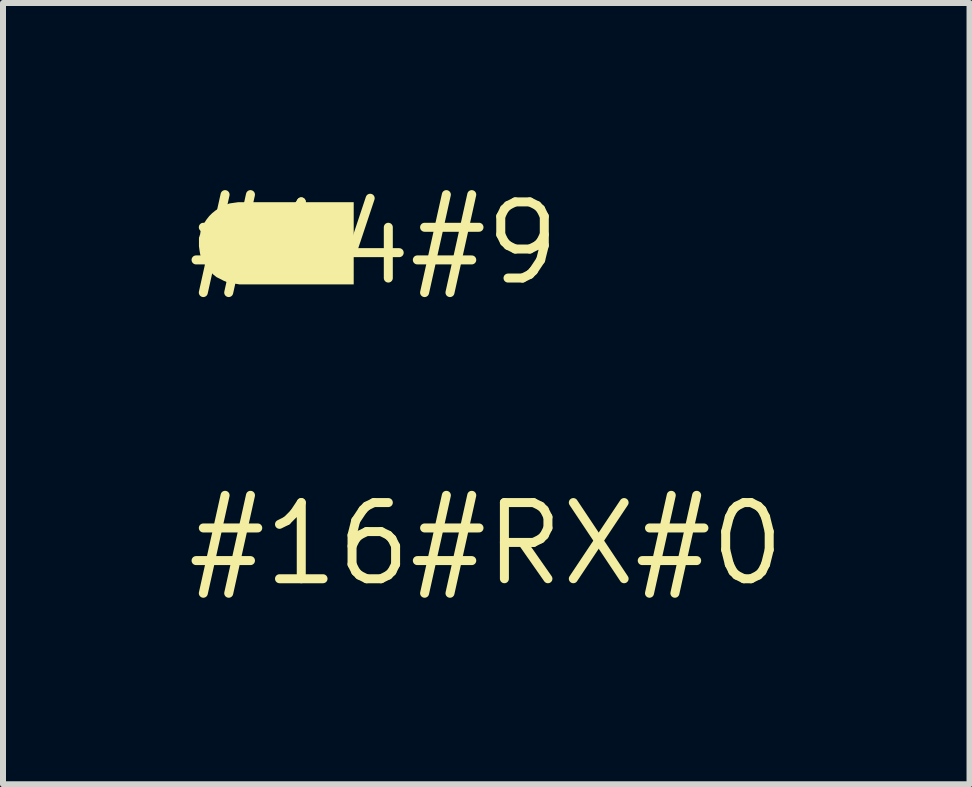
<source format=kicad_pcb>
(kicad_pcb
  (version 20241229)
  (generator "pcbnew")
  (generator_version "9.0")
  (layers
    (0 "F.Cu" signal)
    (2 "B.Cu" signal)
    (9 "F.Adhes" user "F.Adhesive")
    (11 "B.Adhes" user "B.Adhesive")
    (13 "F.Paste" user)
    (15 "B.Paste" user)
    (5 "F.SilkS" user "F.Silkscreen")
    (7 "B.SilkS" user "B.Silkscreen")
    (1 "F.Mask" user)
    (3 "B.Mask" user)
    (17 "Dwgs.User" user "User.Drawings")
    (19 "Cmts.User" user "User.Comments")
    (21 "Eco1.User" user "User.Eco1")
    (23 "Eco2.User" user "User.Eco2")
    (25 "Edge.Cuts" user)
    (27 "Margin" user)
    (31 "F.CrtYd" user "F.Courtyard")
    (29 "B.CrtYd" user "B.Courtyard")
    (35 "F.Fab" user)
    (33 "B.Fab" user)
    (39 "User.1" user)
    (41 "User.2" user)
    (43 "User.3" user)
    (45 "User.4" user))
  (footprint "#14#9"
    (layer "F.Cu")
    (at 3.182 1.006)
    (property "Reference" "#14#9" (at 0 0 0) (layer "F.SilkS") (effects (font (size 1.27 1.27) (thickness 0.15))))
    (fp_poly (pts (xy -0.335 0.685) (xy -2.238 0.685) (xy -2.239 0.685) (xy -2.24 0.685) (xy -2.244 0.685) (xy -2.243 0.685) (xy -2.301 0.675) (xy -2.371 0.665) (xy -2.431 0.655) (xy -2.502 0.625) (xy -2.562 0.594) (xy -2.623 0.564) (xy -2.673 0.524) (xy -2.724 0.474) (xy -2.774 0.423) (xy -2.804 0.373) (xy -2.844 0.313) (xy -2.875 0.252) (xy -2.895 0.181) (xy -2.905 0.121) (xy -2.915 0.05) (xy -2.915 -0.091) (xy -2.895 -0.151) (xy -2.885 -0.222) (xy -2.824 -0.343) (xy -2.784 -0.403) (xy -2.744 -0.453) (xy -2.693 -0.504) (xy -2.643 -0.544) (xy -2.583 -0.584) (xy -2.532 -0.614) (xy -2.462 -0.645) (xy -2.401 -0.665) (xy -2.331 -0.675) (xy -2.26 -0.685) (xy -0.335 -0.685)) (stroke (width 0) (type default)) (fill yes) (layer "F.SilkS")))
  (footprint "#16#RX#0"
    (layer "F.Cu")
    (at 5.057 6.019)
    (property "Reference" "#16#RX#0" (at 0 0 0) (layer "F.SilkS") (effects (font (size 1.27 1.27) (thickness 0.15))))
    (fp_poly (pts (xy 1.644 0.257) (xy 1.64 0.26) (xy 1.64 0.255) (xy 1.643 0.255)) (stroke (width 0) (type default)) (fill yes) (layer "F.SilkS")))
  (gr_rect
    (start -3 -3)
    (end 13.114 10.025)
    (stroke (width 0.1) (type default))
    (fill no)
    (layer "Edge.Cuts")))
</source>
